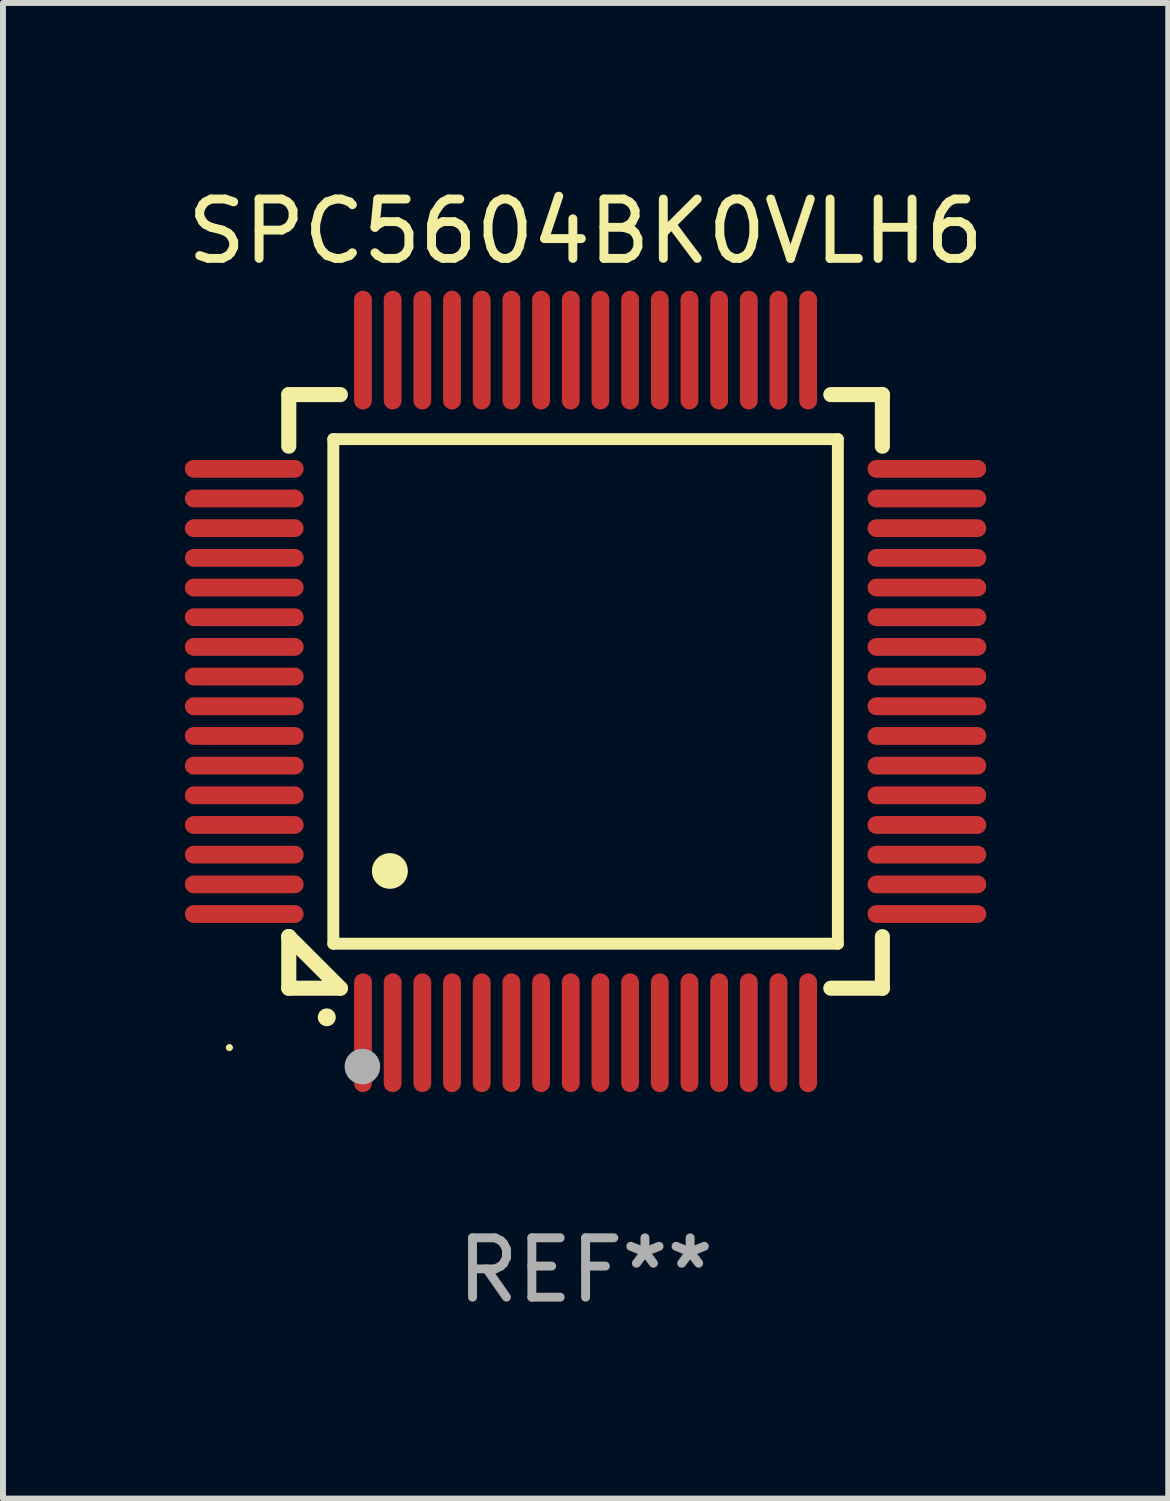
<source format=kicad_pcb>
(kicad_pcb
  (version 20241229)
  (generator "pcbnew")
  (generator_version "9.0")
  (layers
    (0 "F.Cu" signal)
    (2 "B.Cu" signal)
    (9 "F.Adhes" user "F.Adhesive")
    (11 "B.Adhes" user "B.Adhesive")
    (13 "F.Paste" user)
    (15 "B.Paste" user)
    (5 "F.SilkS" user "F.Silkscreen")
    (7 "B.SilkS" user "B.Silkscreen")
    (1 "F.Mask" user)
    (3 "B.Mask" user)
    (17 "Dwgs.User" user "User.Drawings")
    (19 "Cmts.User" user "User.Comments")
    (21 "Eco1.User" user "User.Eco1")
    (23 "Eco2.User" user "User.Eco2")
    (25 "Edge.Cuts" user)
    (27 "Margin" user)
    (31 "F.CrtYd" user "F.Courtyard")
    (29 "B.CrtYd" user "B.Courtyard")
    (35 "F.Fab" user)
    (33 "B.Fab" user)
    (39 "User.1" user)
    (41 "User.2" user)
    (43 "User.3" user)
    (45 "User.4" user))
  (footprint "SPC5604BK0VLH6"
    (layer "F.Cu")
    (at 6.815 8.598)
    (property "Reference" "SPC5604BK0VLH6" (at 0 -7.75 0) (layer "F.SilkS") (effects (font (size 1 1) (thickness 0.15))))
    (attr through_hole)
    (fp_line (start -5 -5) (end -4.131 -5) (stroke (width 0.254) (type solid)) (layer "F.SilkS"))
    (fp_line (start -5 -4.131) (end -5 -5) (stroke (width 0.254) (type solid)) (layer "F.SilkS"))
    (fp_line (start -5 4.131) (end -5 4.131) (stroke (width 0.254) (type solid)) (layer "F.SilkS"))
    (fp_line (start -5 5) (end -5 4.131) (stroke (width 0.254) (type solid)) (layer "F.SilkS"))
    (fp_line (start -5 4.131) (end -4.131 5) (stroke (width 0.254) (type solid)) (layer "F.SilkS"))
    (fp_line (start -4.25 -4.25) (end -4.25 4.25) (stroke (width 0.2) (type solid)) (layer "F.SilkS"))
    (fp_line (start -4.25 4.25) (end 4.25 4.25) (stroke (width 0.2) (type solid)) (layer "F.SilkS"))
    (fp_line (start -4.131 5) (end -5 5) (stroke (width 0.254) (type solid)) (layer "F.SilkS"))
    (fp_line (start 4.25 -4.25) (end -4.25 -4.25) (stroke (width 0.2) (type solid)) (layer "F.SilkS"))
    (fp_line (start 4.25 4.25) (end 4.25 -4.25) (stroke (width 0.2) (type solid)) (layer "F.SilkS"))
    (fp_line (start 5 -5) (end 4.131 -5) (stroke (width 0.254) (type solid)) (layer "F.SilkS"))
    (fp_line (start 5 -5) (end 5 -4.131) (stroke (width 0.254) (type solid)) (layer "F.SilkS"))
    (fp_line (start 5 4.131) (end 5 5) (stroke (width 0.254) (type solid)) (layer "F.SilkS"))
    (fp_line (start 5 5) (end 4.131 5) (stroke (width 0.254) (type solid)) (layer "F.SilkS"))
    (fp_arc (start -4.361265 5.489992) (mid -4.359995 5.489987) (end -4.358725 5.489992) (stroke (width 0.3) (type solid)) (layer "F.SilkS"))
    (fp_arc (start -3.299467 3.025146) (mid -3.296927 3.025135) (end -3.294387 3.025146) (stroke (width 0.6) (type solid)) (layer "F.SilkS"))
    (fp_circle (center -6 6) (end -5.97 6) (stroke (width 0.06) (type solid)) (fill no) (layer "F.SilkS"))
    (fp_circle (center -3.76 6.32) (end -3.61 6.32) (stroke (width 0.3) (type solid)) (fill no) (layer "F.Fab"))
    (fp_text user "REF**" (at 0 9.75 0) (layer "F.Fab") (effects (font (size 1 1) (thickness 0.15))))
    (pad "1" smd oval (at -3.75 5.75) (size 0.3 2) (layers "F.Cu" "F.Mask" "F.Paste"))
    (pad "2" smd oval (at -3.25 5.75) (size 0.3 2) (layers "F.Cu" "F.Mask" "F.Paste"))
    (pad "3" smd oval (at -2.75 5.75) (size 0.3 2) (layers "F.Cu" "F.Mask" "F.Paste"))
    (pad "4" smd oval (at -2.25 5.75) (size 0.3 2) (layers "F.Cu" "F.Mask" "F.Paste"))
    (pad "5" smd oval (at -1.75 5.75) (size 0.3 2) (layers "F.Cu" "F.Mask" "F.Paste"))
    (pad "6" smd oval (at -1.25 5.75) (size 0.3 2) (layers "F.Cu" "F.Mask" "F.Paste"))
    (pad "7" smd oval (at -0.75 5.75) (size 0.3 2) (layers "F.Cu" "F.Mask" "F.Paste"))
    (pad "8" smd oval (at -0.25 5.75) (size 0.3 2) (layers "F.Cu" "F.Mask" "F.Paste"))
    (pad "9" smd oval (at 0.25 5.75) (size 0.3 2) (layers "F.Cu" "F.Mask" "F.Paste"))
    (pad "10" smd oval (at 0.75 5.75) (size 0.3 2) (layers "F.Cu" "F.Mask" "F.Paste"))
    (pad "11" smd oval (at 1.25 5.75) (size 0.3 2) (layers "F.Cu" "F.Mask" "F.Paste"))
    (pad "12" smd oval (at 1.75 5.75) (size 0.3 2) (layers "F.Cu" "F.Mask" "F.Paste"))
    (pad "13" smd oval (at 2.25 5.75) (size 0.3 2) (layers "F.Cu" "F.Mask" "F.Paste"))
    (pad "14" smd oval (at 2.75 5.75) (size 0.3 2) (layers "F.Cu" "F.Mask" "F.Paste"))
    (pad "15" smd oval (at 3.25 5.75) (size 0.3 2) (layers "F.Cu" "F.Mask" "F.Paste"))
    (pad "16" smd oval (at 3.75 5.75) (size 0.3 2) (layers "F.Cu" "F.Mask" "F.Paste"))
    (pad "17" smd oval (at 5.75 3.75) (size 2 0.3) (layers "F.Cu" "F.Mask" "F.Paste"))
    (pad "18" smd oval (at 5.75 3.25) (size 2 0.3) (layers "F.Cu" "F.Mask" "F.Paste"))
    (pad "19" smd oval (at 5.75 2.75) (size 2 0.3) (layers "F.Cu" "F.Mask" "F.Paste"))
    (pad "20" smd oval (at 5.75 2.25) (size 2 0.3) (layers "F.Cu" "F.Mask" "F.Paste"))
    (pad "21" smd oval (at 5.75 1.75) (size 2 0.3) (layers "F.Cu" "F.Mask" "F.Paste"))
    (pad "22" smd oval (at 5.75 1.25) (size 2 0.3) (layers "F.Cu" "F.Mask" "F.Paste"))
    (pad "23" smd oval (at 5.75 0.75) (size 2 0.3) (layers "F.Cu" "F.Mask" "F.Paste"))
    (pad "24" smd oval (at 5.75 0.25) (size 2 0.3) (layers "F.Cu" "F.Mask" "F.Paste"))
    (pad "25" smd oval (at 5.75 -0.25) (size 2 0.3) (layers "F.Cu" "F.Mask" "F.Paste"))
    (pad "26" smd oval (at 5.75 -0.75) (size 2 0.3) (layers "F.Cu" "F.Mask" "F.Paste"))
    (pad "27" smd oval (at 5.75 -1.25) (size 2 0.3) (layers "F.Cu" "F.Mask" "F.Paste"))
    (pad "28" smd oval (at 5.75 -1.75) (size 2 0.3) (layers "F.Cu" "F.Mask" "F.Paste"))
    (pad "29" smd oval (at 5.75 -2.25) (size 2 0.3) (layers "F.Cu" "F.Mask" "F.Paste"))
    (pad "30" smd oval (at 5.75 -2.75) (size 2 0.3) (layers "F.Cu" "F.Mask" "F.Paste"))
    (pad "31" smd oval (at 5.75 -3.25) (size 2 0.3) (layers "F.Cu" "F.Mask" "F.Paste"))
    (pad "32" smd oval (at 5.75 -3.75) (size 2 0.3) (layers "F.Cu" "F.Mask" "F.Paste"))
    (pad "33" smd oval (at 3.75 -5.75) (size 0.3 2) (layers "F.Cu" "F.Mask" "F.Paste"))
    (pad "34" smd oval (at 3.25 -5.75) (size 0.3 2) (layers "F.Cu" "F.Mask" "F.Paste"))
    (pad "35" smd oval (at 2.75 -5.75) (size 0.3 2) (layers "F.Cu" "F.Mask" "F.Paste"))
    (pad "36" smd oval (at 2.25 -5.75) (size 0.3 2) (layers "F.Cu" "F.Mask" "F.Paste"))
    (pad "37" smd oval (at 1.75 -5.75) (size 0.3 2) (layers "F.Cu" "F.Mask" "F.Paste"))
    (pad "38" smd oval (at 1.25 -5.75) (size 0.3 2) (layers "F.Cu" "F.Mask" "F.Paste"))
    (pad "39" smd oval (at 0.75 -5.75) (size 0.3 2) (layers "F.Cu" "F.Mask" "F.Paste"))
    (pad "40" smd oval (at 0.25 -5.75) (size 0.3 2) (layers "F.Cu" "F.Mask" "F.Paste"))
    (pad "41" smd oval (at -0.25 -5.75) (size 0.3 2) (layers "F.Cu" "F.Mask" "F.Paste"))
    (pad "42" smd oval (at -0.75 -5.75) (size 0.3 2) (layers "F.Cu" "F.Mask" "F.Paste"))
    (pad "43" smd oval (at -1.25 -5.75) (size 0.3 2) (layers "F.Cu" "F.Mask" "F.Paste"))
    (pad "44" smd oval (at -1.75 -5.75) (size 0.3 2) (layers "F.Cu" "F.Mask" "F.Paste"))
    (pad "45" smd oval (at -2.25 -5.75) (size 0.3 2) (layers "F.Cu" "F.Mask" "F.Paste"))
    (pad "46" smd oval (at -2.75 -5.75) (size 0.3 2) (layers "F.Cu" "F.Mask" "F.Paste"))
    (pad "47" smd oval (at -3.25 -5.75) (size 0.3 2) (layers "F.Cu" "F.Mask" "F.Paste"))
    (pad "48" smd oval (at -3.75 -5.75) (size 0.3 2) (layers "F.Cu" "F.Mask" "F.Paste"))
    (pad "49" smd oval (at -5.75 -3.75) (size 2 0.3) (layers "F.Cu" "F.Mask" "F.Paste"))
    (pad "50" smd oval (at -5.75 -3.25) (size 2 0.3) (layers "F.Cu" "F.Mask" "F.Paste"))
    (pad "51" smd oval (at -5.75 -2.75) (size 2 0.3) (layers "F.Cu" "F.Mask" "F.Paste"))
    (pad "52" smd oval (at -5.75 -2.25) (size 2 0.3) (layers "F.Cu" "F.Mask" "F.Paste"))
    (pad "53" smd oval (at -5.75 -1.75) (size 2 0.3) (layers "F.Cu" "F.Mask" "F.Paste"))
    (pad "54" smd oval (at -5.75 -1.25) (size 2 0.3) (layers "F.Cu" "F.Mask" "F.Paste"))
    (pad "55" smd oval (at -5.75 -0.75) (size 2 0.3) (layers "F.Cu" "F.Mask" "F.Paste"))
    (pad "56" smd oval (at -5.75 -0.25) (size 2 0.3) (layers "F.Cu" "F.Mask" "F.Paste"))
    (pad "57" smd oval (at -5.75 0.25) (size 2 0.3) (layers "F.Cu" "F.Mask" "F.Paste"))
    (pad "58" smd oval (at -5.75 0.75) (size 2 0.3) (layers "F.Cu" "F.Mask" "F.Paste"))
    (pad "59" smd oval (at -5.75 1.25) (size 2 0.3) (layers "F.Cu" "F.Mask" "F.Paste"))
    (pad "60" smd oval (at -5.75 1.75) (size 2 0.3) (layers "F.Cu" "F.Mask" "F.Paste"))
    (pad "61" smd oval (at -5.75 2.25) (size 2 0.3) (layers "F.Cu" "F.Mask" "F.Paste"))
    (pad "62" smd oval (at -5.75 2.75) (size 2 0.3) (layers "F.Cu" "F.Mask" "F.Paste"))
    (pad "63" smd oval (at -5.75 3.25) (size 2 0.3) (layers "F.Cu" "F.Mask" "F.Paste"))
    (pad "64" smd oval (at -5.75 3.75) (size 2 0.3) (layers "F.Cu" "F.Mask" "F.Paste")))
  (gr_rect
    (start -3 -3)
    (end 16.631 22.196)
    (stroke (width 0.1) (type default))
    (fill no)
    (layer "Edge.Cuts")))
</source>
